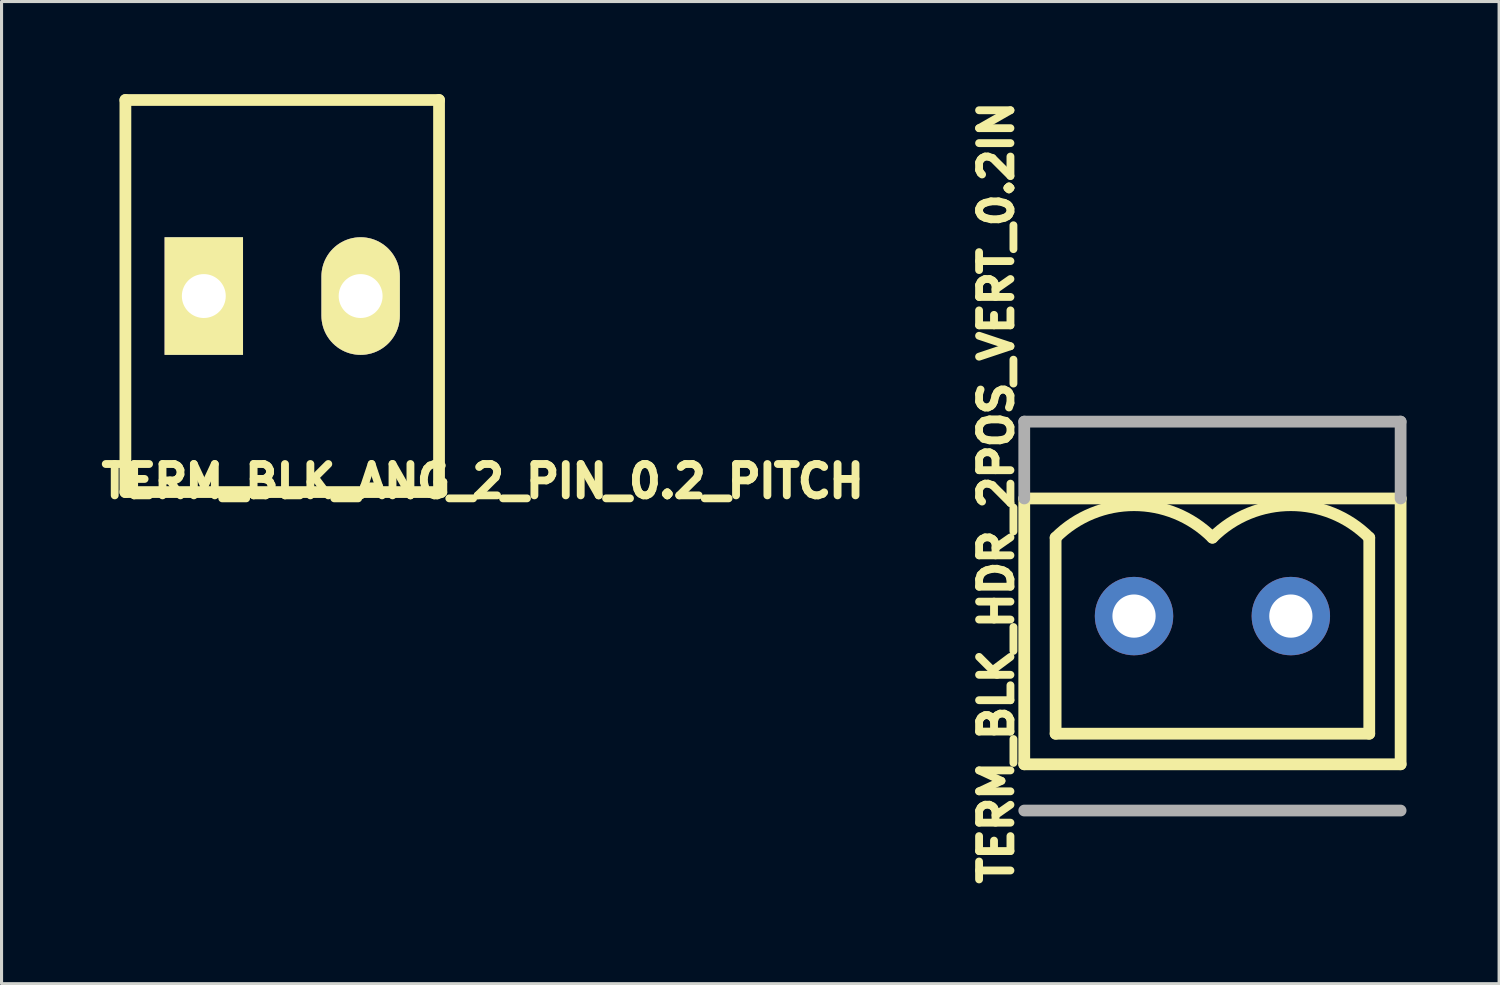
<source format=kicad_pcb>
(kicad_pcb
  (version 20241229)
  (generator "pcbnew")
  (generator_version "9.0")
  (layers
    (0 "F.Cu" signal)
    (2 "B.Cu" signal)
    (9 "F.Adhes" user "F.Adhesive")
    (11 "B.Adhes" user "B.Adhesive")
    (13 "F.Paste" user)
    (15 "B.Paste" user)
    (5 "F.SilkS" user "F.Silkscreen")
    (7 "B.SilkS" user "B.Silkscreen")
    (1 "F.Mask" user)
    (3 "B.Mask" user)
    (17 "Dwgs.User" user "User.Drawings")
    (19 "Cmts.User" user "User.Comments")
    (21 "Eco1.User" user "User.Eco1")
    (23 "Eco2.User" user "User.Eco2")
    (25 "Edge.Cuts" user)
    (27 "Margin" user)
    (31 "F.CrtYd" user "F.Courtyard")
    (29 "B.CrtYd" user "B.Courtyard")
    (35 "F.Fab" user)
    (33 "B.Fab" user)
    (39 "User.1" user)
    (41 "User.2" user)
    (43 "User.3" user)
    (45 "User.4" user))
  (footprint "TERM_BLK_ANG_2_PIN_0.2_PITCH"
    (layer "F.Cu")
    (at 6.092 6.54)
    (property "Reference" "TERM_BLK_ANG_2_PIN_0.2_PITCH" (at 6.5 6 0) (layer "F.SilkS") (effects (font (size 1.016 1.016) (thickness 0.254))))
    (attr through_hole)
    (fp_line (start -5.08 -6.35) (end -5.08 6.35) (stroke (width 0.381) (type solid)) (layer "F.SilkS"))
    (fp_line (start -5.08 -6.35) (end 5.08 -6.35) (stroke (width 0.381) (type solid)) (layer "F.SilkS"))
    (fp_line (start -5.08 6.35) (end 5.08 6.35) (stroke (width 0.381) (type solid)) (layer "F.SilkS"))
    (fp_line (start 5.08 -6.35) (end 5.08 6.35) (stroke (width 0.381) (type solid)) (layer "F.SilkS"))
    (pad "1" thru_hole rect (at -2.54 0) (size 2.54 3.81) (drill 1.422) (layers "*.Cu" "*.Mask" "F.SilkS"))
    (pad "2" thru_hole oval (at 2.54 0) (size 2.54 3.81) (drill 1.422) (layers "*.Cu" "*.Mask" "F.SilkS")))
  (footprint "TERM_BLK_HDR_2POS_VERT_0.2IN"
    (layer "F.Cu")
    (at 36.225 16.907)
    (property "Reference" "TERM_BLK_HDR_2POS_VERT_0.2IN" (at -7 -4 90) (layer "F.SilkS") (effects (font (size 1.016 1.016) (thickness 0.254))))
    (attr through_hole)
    (fp_line (start -6.096 -3.81) (end -6.096 4.801) (stroke (width 0.381) (type solid)) (layer "F.SilkS"))
    (fp_line (start -5.08 3.81) (end -5.08 -2.54) (stroke (width 0.381) (type solid)) (layer "F.SilkS"))
    (fp_line (start 5.08 -2.54) (end 5.08 3.81) (stroke (width 0.381) (type solid)) (layer "F.SilkS"))
    (fp_line (start 5.08 3.81) (end -5.08 3.81) (stroke (width 0.381) (type solid)) (layer "F.SilkS"))
    (fp_line (start 6.096 -3.81) (end -6.096 -3.81) (stroke (width 0.381) (type solid)) (layer "F.SilkS"))
    (fp_line (start 6.096 -3.81) (end 6.096 4.801) (stroke (width 0.381) (type solid)) (layer "F.SilkS"))
    (fp_line (start 6.096 4.801) (end -6.096 4.801) (stroke (width 0.381) (type solid)) (layer "F.SilkS"))
    (fp_arc (start -5.08 -2.54) (mid -2.54 -3.592102) (end 0 -2.54) (stroke (width 0.381) (type solid)) (layer "F.SilkS"))
    (fp_arc (start 0 -2.54) (mid 2.54 -3.592102) (end 5.08 -2.54) (stroke (width 0.381) (type solid)) (layer "F.SilkS"))
    (fp_line (start -6.096 -6.299) (end 6.096 -6.299) (stroke (width 0.381) (type solid)) (layer "F.Fab"))
    (fp_line (start -6.096 -3.81) (end -6.096 -6.299) (stroke (width 0.381) (type solid)) (layer "F.Fab"))
    (fp_line (start -6.096 6.299) (end 6.096 6.299) (stroke (width 0.381) (type solid)) (layer "F.Fab"))
    (fp_line (start 6.096 -3.81) (end 6.096 -6.299) (stroke (width 0.381) (type solid)) (layer "F.Fab"))
    (pad "1" thru_hole circle (at 2.54 0) (size 2.54 2.54) (drill 1.4) (layers "*.Cu" "*.Mask"))
    (pad "2" thru_hole circle (at -2.54 0) (size 2.54 2.54) (drill 1.4) (layers "*.Cu" "*.Mask")))
  (gr_rect
    (start -3 -3)
    (end 45.511 28.814)
    (stroke (width 0.1) (type default))
    (fill no)
    (layer "Edge.Cuts")))
</source>
